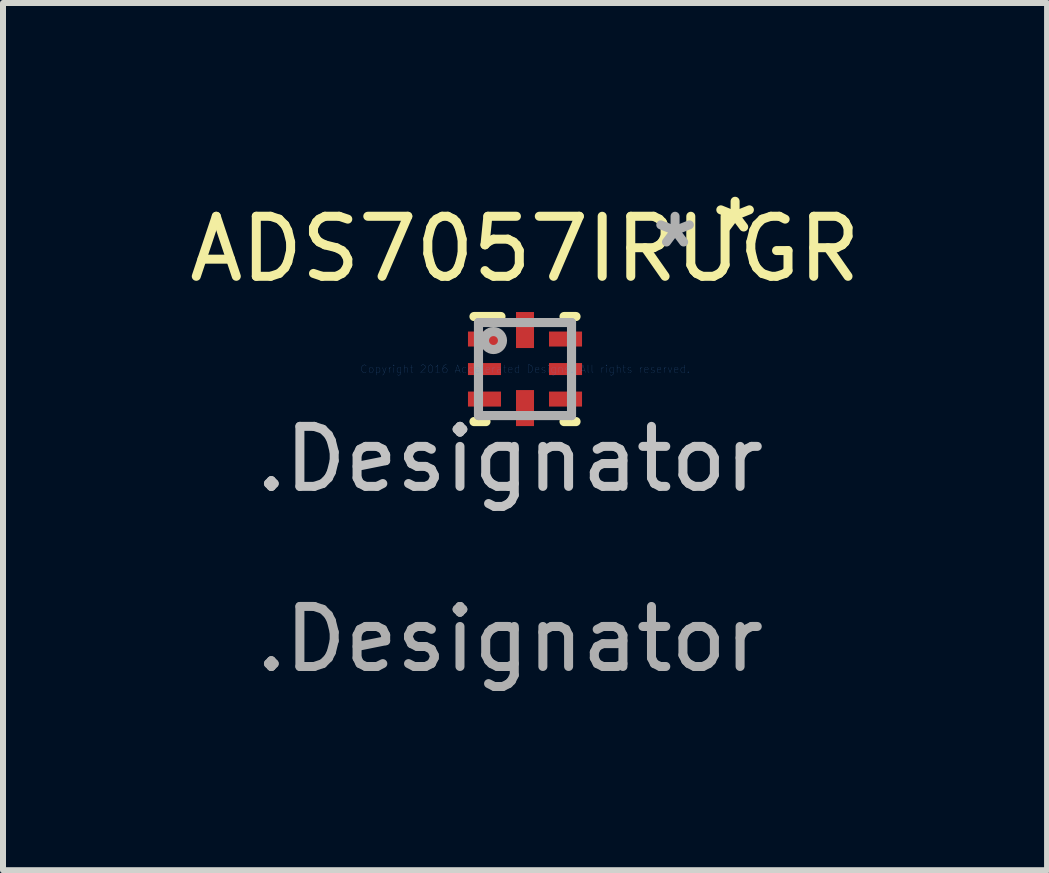
<source format=kicad_pcb>
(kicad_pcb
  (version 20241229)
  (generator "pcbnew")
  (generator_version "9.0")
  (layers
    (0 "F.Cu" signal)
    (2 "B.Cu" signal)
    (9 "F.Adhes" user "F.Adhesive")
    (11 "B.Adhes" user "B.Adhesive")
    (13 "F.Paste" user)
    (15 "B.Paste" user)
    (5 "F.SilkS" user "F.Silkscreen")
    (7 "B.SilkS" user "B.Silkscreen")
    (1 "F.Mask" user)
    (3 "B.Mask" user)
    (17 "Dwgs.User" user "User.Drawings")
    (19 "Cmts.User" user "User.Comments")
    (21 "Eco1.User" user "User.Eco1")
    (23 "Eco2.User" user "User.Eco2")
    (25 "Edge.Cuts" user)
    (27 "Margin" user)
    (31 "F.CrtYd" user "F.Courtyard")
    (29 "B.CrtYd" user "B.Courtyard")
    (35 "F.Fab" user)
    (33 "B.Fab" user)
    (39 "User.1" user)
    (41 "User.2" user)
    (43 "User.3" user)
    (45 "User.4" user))
  (footprint "ADS7057IRUGR"
    (layer "F.Cu")
    (at 5.696 3.098)
    (property "Reference" "ADS7057IRUGR" (at 0 -2 0) (layer "F.SilkS") (effects (font (size 1 1) (thickness 0.15))))
    (attr through_hole)
    (fp_line (start -0.85 -0.875) (end -0.4 -0.875) (stroke (width 0.152) (type solid)) (layer "F.SilkS"))
    (fp_line (start -0.85 0.875) (end -0.65 0.875) (stroke (width 0.152) (type solid)) (layer "F.SilkS"))
    (fp_line (start 0.65 -0.875) (end 0.85 -0.875) (stroke (width 0.152) (type solid)) (layer "F.SilkS"))
    (fp_line (start 0.65 0.875) (end 0.85 0.875) (stroke (width 0.152) (type solid)) (layer "F.SilkS"))
    (fp_line (start -0.775 -0.775) (end 0.775 -0.775) (stroke (width 0.152) (type solid)) (layer "F.Fab"))
    (fp_line (start -0.775 0.775) (end -0.775 -0.775) (stroke (width 0.152) (type solid)) (layer "F.Fab"))
    (fp_line (start -0.775 0.775) (end 0.775 0.775) (stroke (width 0.152) (type solid)) (layer "F.Fab"))
    (fp_line (start 0.775 0.775) (end 0.775 -0.775) (stroke (width 0.152) (type solid)) (layer "F.Fab"))
    (fp_circle (center -0.525 -0.475) (end -0.375 -0.475) (stroke (width 0.152) (type solid)) (fill no) (layer "F.Fab"))
    (fp_text user "*" (at 3.5 -2.25 0) (layer "F.SilkS") (effects (font (size 1 1) (thickness 0.15))))
    (fp_text user ".Designator" (at -0.25 1.5 0) (layer "Dwgs.User") (effects (font (size 1 1) (thickness 0.15))))
    (fp_text user "Copyright 2016 Accelerated Designs. All rights reserved." (at 0 0 0) (layer "Cmts.User") (effects (font (size 0.127 0.127) (thickness 0.002))))
    (fp_text user "*" (at 2.5 -2 0) (layer "F.Fab") (effects (font (size 1 1) (thickness 0.15))))
    (fp_text user ".Designator" (at -0.25 4.5 0) (layer "F.Fab") (effects (font (size 1 1) (thickness 0.15))))
    (pad "1" smd rect (at -0.675 -0.5 90) (size 0.25 0.55) (layers "F.Cu" "F.Mask" "F.Paste"))
    (pad "2" smd rect (at -0.675 0.000081 90) (size 0.2 0.55) (layers "F.Cu" "F.Mask" "F.Paste"))
    (pad "3" smd rect (at -0.675 0.5 90) (size 0.25 0.55) (layers "F.Cu" "F.Mask" "F.Paste"))
    (pad "4" smd rect (at 0 0.65) (size 0.3 0.6) (layers "F.Cu" "F.Mask" "F.Paste"))
    (pad "5" smd rect (at 0.675 0.5 90) (size 0.25 0.55) (layers "F.Cu" "F.Mask" "F.Paste"))
    (pad "6" smd rect (at 0.675 0.000081 90) (size 0.2 0.55) (layers "F.Cu" "F.Mask" "F.Paste"))
    (pad "7" smd rect (at 0.675 -0.5 90) (size 0.25 0.55) (layers "F.Cu" "F.Mask" "F.Paste"))
    (pad "8" smd rect (at 0 -0.65) (size 0.3 0.6) (layers "F.Cu" "F.Mask" "F.Paste")))
  (gr_rect
    (start -3 -3)
    (end 14.393 11.447)
    (stroke (width 0.1) (type default))
    (fill no)
    (layer "Edge.Cuts")))
</source>
